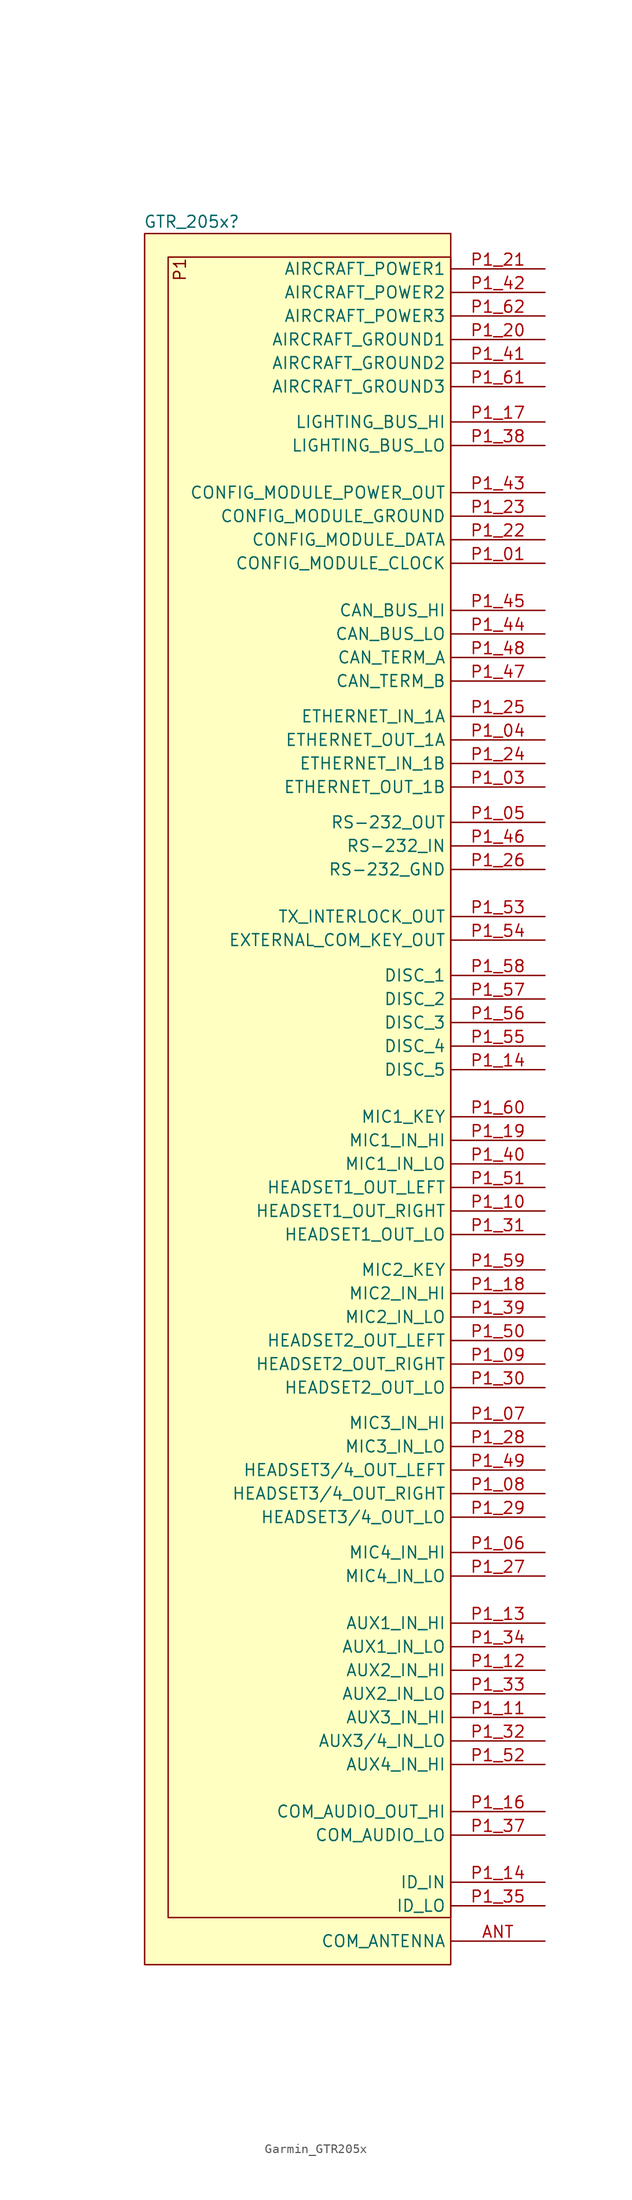
<source format=kicad_sym>
(kicad_symbol_lib
  (version 20241209)
  (generator "kicad_symbol_editor")
  (generator_version "9.0")
  (symbol "Garmin_GTR205x"
    (property "Reference" "GTR_205x"
      (at 5.08 1.27 0)
      (effects (font (size 1.27 1.27))))
    (property "Value" ""
      (at -6.35 0 0)
      (effects (font (size 1.27 1.27))))
    (symbol "Garmin_GTR205x_1_1"
      (rectangle (start 0 0) (end 33.02 -186.69) (stroke (width 0) (type default)) (fill (type background)))
      (rectangle (start 2.54 -2.54) (end 33.02 -181.61) (stroke (width 0) (type default)) (fill (type background)))
      (text "P1" (at 3.81 -2.54 900) (effects (font (size 1.27 1.27)) (justify right)))
      (pin power_in line (at 43.18 -3.81 180) (length 10.16) (name "AIRCRAFT_POWER1" (effects (font (size 1.27 1.27)))) (number "P1_21" (effects (font (size 1.27 1.27)))))
      (pin power_in line (at 43.18 -6.35 180) (length 10.16) (name "AIRCRAFT_POWER2" (effects (font (size 1.27 1.27)))) (number "P1_42" (effects (font (size 1.27 1.27)))))
      (pin power_in line (at 43.18 -8.89 180) (length 10.16) (name "AIRCRAFT_POWER3" (effects (font (size 1.27 1.27)))) (number "P1_62" (effects (font (size 1.27 1.27)))))
      (pin passive line (at 43.18 -11.43 180) (length 10.16) (name "AIRCRAFT_GROUND1" (effects (font (size 1.27 1.27)))) (number "P1_20" (effects (font (size 1.27 1.27)))))
      (pin passive line (at 43.18 -13.97 180) (length 10.16) (name "AIRCRAFT_GROUND2" (effects (font (size 1.27 1.27)))) (number "P1_41" (effects (font (size 1.27 1.27)))))
      (pin passive line (at 43.18 -16.51 180) (length 10.16) (name "AIRCRAFT_GROUND3" (effects (font (size 1.27 1.27)))) (number "P1_61" (effects (font (size 1.27 1.27)))))
      (pin input line (at 43.18 -20.32 180) (length 10.16) (name "LIGHTING_BUS_HI" (effects (font (size 1.27 1.27)))) (number "P1_17" (effects (font (size 1.27 1.27)))))
      (pin bidirectional line (at 43.18 -22.86 180) (length 10.16) (name "LIGHTING_BUS_LO" (effects (font (size 1.27 1.27)))) (number "P1_38" (effects (font (size 1.27 1.27)))))
      (pin power_out line (at 43.18 -27.94 180) (length 10.16) (name "CONFIG_MODULE_POWER_OUT" (effects (font (size 1.27 1.27)))) (number "P1_43" (effects (font (size 1.27 1.27)))))
      (pin passive line (at 43.18 -30.48 180) (length 10.16) (name "CONFIG_MODULE_GROUND" (effects (font (size 1.27 1.27)))) (number "P1_23" (effects (font (size 1.27 1.27)))))
      (pin bidirectional line (at 43.18 -33.02 180) (length 10.16) (name "CONFIG_MODULE_DATA" (effects (font (size 1.27 1.27)))) (number "P1_22" (effects (font (size 1.27 1.27)))))
      (pin output line (at 43.18 -35.56 180) (length 10.16) (name "CONFIG_MODULE_CLOCK" (effects (font (size 1.27 1.27)))) (number "P1_01" (effects (font (size 1.27 1.27)))))
      (pin bidirectional line (at 43.18 -40.64 180) (length 10.16) (name "CAN_BUS_HI" (effects (font (size 1.27 1.27)))) (number "P1_45" (effects (font (size 1.27 1.27)))))
      (pin bidirectional line (at 43.18 -43.18 180) (length 10.16) (name "CAN_BUS_LO" (effects (font (size 1.27 1.27)))) (number "P1_44" (effects (font (size 1.27 1.27)))))
      (pin bidirectional line (at 43.18 -45.72 180) (length 10.16) (name "CAN_TERM_A" (effects (font (size 1.27 1.27)))) (number "P1_48" (effects (font (size 1.27 1.27)))))
      (pin bidirectional line (at 43.18 -48.26 180) (length 10.16) (name "CAN_TERM_B" (effects (font (size 1.27 1.27)))) (number "P1_47" (effects (font (size 1.27 1.27)))))
      (pin input line (at 43.18 -52.07 180) (length 10.16) (name "ETHERNET_IN_1A" (effects (font (size 1.27 1.27)))) (number "P1_25" (effects (font (size 1.27 1.27)))))
      (pin output line (at 43.18 -54.61 180) (length 10.16) (name "ETHERNET_OUT_1A" (effects (font (size 1.27 1.27)))) (number "P1_04" (effects (font (size 1.27 1.27)))))
      (pin input line (at 43.18 -57.15 180) (length 10.16) (name "ETHERNET_IN_1B" (effects (font (size 1.27 1.27)))) (number "P1_24" (effects (font (size 1.27 1.27)))))
      (pin output line (at 43.18 -59.69 180) (length 10.16) (name "ETHERNET_OUT_1B" (effects (font (size 1.27 1.27)))) (number "P1_03" (effects (font (size 1.27 1.27)))))
      (pin output line (at 43.18 -63.5 180) (length 10.16) (name "RS-232_OUT" (effects (font (size 1.27 1.27)))) (number "P1_05" (effects (font (size 1.27 1.27)))))
      (pin input line (at 43.18 -66.04 180) (length 10.16) (name "RS-232_IN" (effects (font (size 1.27 1.27)))) (number "P1_46" (effects (font (size 1.27 1.27)))))
      (pin passive line (at 43.18 -68.58 180) (length 10.16) (name "RS-232_GND" (effects (font (size 1.27 1.27)))) (number "P1_26" (effects (font (size 1.27 1.27)))))
      (pin output line (at 43.18 -73.66 180) (length 10.16) (name "TX_INTERLOCK_OUT" (effects (font (size 1.27 1.27)))) (number "P1_53" (effects (font (size 1.27 1.27)))))
      (pin output line (at 43.18 -76.2 180) (length 10.16) (name "EXTERNAL_COM_KEY_OUT" (effects (font (size 1.27 1.27)))) (number "P1_54" (effects (font (size 1.27 1.27)))))
      (pin input line (at 43.18 -80.01 180) (length 10.16) (name "DISC_1" (effects (font (size 1.27 1.27)))) (number "P1_58" (effects (font (size 1.27 1.27)))))
      (pin input line (at 43.18 -82.55 180) (length 10.16) (name "DISC_2" (effects (font (size 1.27 1.27)))) (number "P1_57" (effects (font (size 1.27 1.27)))))
      (pin input line (at 43.18 -85.09 180) (length 10.16) (name "DISC_3" (effects (font (size 1.27 1.27)))) (number "P1_56" (effects (font (size 1.27 1.27)))))
      (pin input line (at 43.18 -87.63 180) (length 10.16) (name "DISC_4" (effects (font (size 1.27 1.27)))) (number "P1_55" (effects (font (size 1.27 1.27)))))
      (pin input line (at 43.18 -90.17 180) (length 10.16) (name "DISC_5" (effects (font (size 1.27 1.27)))) (number "P1_14" (effects (font (size 1.27 1.27)))))
      (pin input line (at 43.18 -95.25 180) (length 10.16) (name "MIC1_KEY" (effects (font (size 1.27 1.27)))) (number "P1_60" (effects (font (size 1.27 1.27)))))
      (pin input line (at 43.18 -97.79 180) (length 10.16) (name "MIC1_IN_HI" (effects (font (size 1.27 1.27)))) (number "P1_19" (effects (font (size 1.27 1.27)))))
      (pin passive line (at 43.18 -100.33 180) (length 10.16) (name "MIC1_IN_LO" (effects (font (size 1.27 1.27)))) (number "P1_40" (effects (font (size 1.27 1.27)))))
      (pin output line (at 43.18 -102.87 180) (length 10.16) (name "HEADSET1_OUT_LEFT" (effects (font (size 1.27 1.27)))) (number "P1_51" (effects (font (size 1.27 1.27)))))
      (pin output line (at 43.18 -105.41 180) (length 10.16) (name "HEADSET1_OUT_RIGHT" (effects (font (size 1.27 1.27)))) (number "P1_10" (effects (font (size 1.27 1.27)))))
      (pin passive line (at 43.18 -107.95 180) (length 10.16) (name "HEADSET1_OUT_LO" (effects (font (size 1.27 1.27)))) (number "P1_31" (effects (font (size 1.27 1.27)))))
      (pin input line (at 43.18 -111.76 180) (length 10.16) (name "MIC2_KEY" (effects (font (size 1.27 1.27)))) (number "P1_59" (effects (font (size 1.27 1.27)))))
      (pin input line (at 43.18 -114.3 180) (length 10.16) (name "MIC2_IN_HI" (effects (font (size 1.27 1.27)))) (number "P1_18" (effects (font (size 1.27 1.27)))))
      (pin passive line (at 43.18 -116.84 180) (length 10.16) (name "MIC2_IN_LO" (effects (font (size 1.27 1.27)))) (number "P1_39" (effects (font (size 1.27 1.27)))))
      (pin output line (at 43.18 -119.38 180) (length 10.16) (name "HEADSET2_OUT_LEFT" (effects (font (size 1.27 1.27)))) (number "P1_50" (effects (font (size 1.27 1.27)))))
      (pin output line (at 43.18 -121.92 180) (length 10.16) (name "HEADSET2_OUT_RIGHT" (effects (font (size 1.27 1.27)))) (number "P1_09" (effects (font (size 1.27 1.27)))))
      (pin passive line (at 43.18 -124.46 180) (length 10.16) (name "HEADSET2_OUT_LO" (effects (font (size 1.27 1.27)))) (number "P1_30" (effects (font (size 1.27 1.27)))))
      (pin input line (at 43.18 -128.27 180) (length 10.16) (name "MIC3_IN_HI" (effects (font (size 1.27 1.27)))) (number "P1_07" (effects (font (size 1.27 1.27)))))
      (pin passive line (at 43.18 -130.81 180) (length 10.16) (name "MIC3_IN_LO" (effects (font (size 1.27 1.27)))) (number "P1_28" (effects (font (size 1.27 1.27)))))
      (pin output line (at 43.18 -133.35 180) (length 10.16) (name "HEADSET3/4_OUT_LEFT" (effects (font (size 1.27 1.27)))) (number "P1_49" (effects (font (size 1.27 1.27)))))
      (pin output line (at 43.18 -135.89 180) (length 10.16) (name "HEADSET3/4_OUT_RIGHT" (effects (font (size 1.27 1.27)))) (number "P1_08" (effects (font (size 1.27 1.27)))))
      (pin passive line (at 43.18 -138.43 180) (length 10.16) (name "HEADSET3/4_OUT_LO" (effects (font (size 1.27 1.27)))) (number "P1_29" (effects (font (size 1.27 1.27)))))
      (pin input line (at 43.18 -142.24 180) (length 10.16) (name "MIC4_IN_HI" (effects (font (size 1.27 1.27)))) (number "P1_06" (effects (font (size 1.27 1.27)))))
      (pin passive line (at 43.18 -144.78 180) (length 10.16) (name "MIC4_IN_LO" (effects (font (size 1.27 1.27)))) (number "P1_27" (effects (font (size 1.27 1.27)))))
      (pin input line (at 43.18 -149.86 180) (length 10.16) (name "AUX1_IN_HI" (effects (font (size 1.27 1.27)))) (number "P1_13" (effects (font (size 1.27 1.27)))))
      (pin passive line (at 43.18 -152.4 180) (length 10.16) (name "AUX1_IN_LO" (effects (font (size 1.27 1.27)))) (number "P1_34" (effects (font (size 1.27 1.27)))))
      (pin input line (at 43.18 -154.94 180) (length 10.16) (name "AUX2_IN_HI" (effects (font (size 1.27 1.27)))) (number "P1_12" (effects (font (size 1.27 1.27)))))
      (pin passive line (at 43.18 -157.48 180) (length 10.16) (name "AUX2_IN_LO" (effects (font (size 1.27 1.27)))) (number "P1_33" (effects (font (size 1.27 1.27)))))
      (pin input line (at 43.18 -160.02 180) (length 10.16) (name "AUX3_IN_HI" (effects (font (size 1.27 1.27)))) (number "P1_11" (effects (font (size 1.27 1.27)))))
      (pin passive line (at 43.18 -162.56 180) (length 10.16) (name "AUX3/4_IN_LO" (effects (font (size 1.27 1.27)))) (number "P1_32" (effects (font (size 1.27 1.27)))))
      (pin input line (at 43.18 -165.1 180) (length 10.16) (name "AUX4_IN_HI" (effects (font (size 1.27 1.27)))) (number "P1_52" (effects (font (size 1.27 1.27)))))
      (pin output line (at 43.18 -170.18 180) (length 10.16) (name "COM_AUDIO_OUT_HI" (effects (font (size 1.27 1.27)))) (number "P1_16" (effects (font (size 1.27 1.27)))))
      (pin passive line (at 43.18 -172.72 180) (length 10.16) (name "COM_AUDIO_LO" (effects (font (size 1.27 1.27)))) (number "P1_37" (effects (font (size 1.27 1.27)))))
      (pin input line (at 43.18 -177.8 180) (length 10.16) (name "ID_IN" (effects (font (size 1.27 1.27)))) (number "P1_14" (effects (font (size 1.27 1.27)))))
      (pin passive line (at 43.18 -180.34 180) (length 10.16) (name "ID_LO" (effects (font (size 1.27 1.27)))) (number "P1_35" (effects (font (size 1.27 1.27)))))
      (pin bidirectional line (at 43.18 -184.15 180) (length 10.16) (name "COM_ANTENNA" (effects (font (size 1.27 1.27)))) (number "ANT" (effects (font (size 1.27 1.27))))))))
</source>
